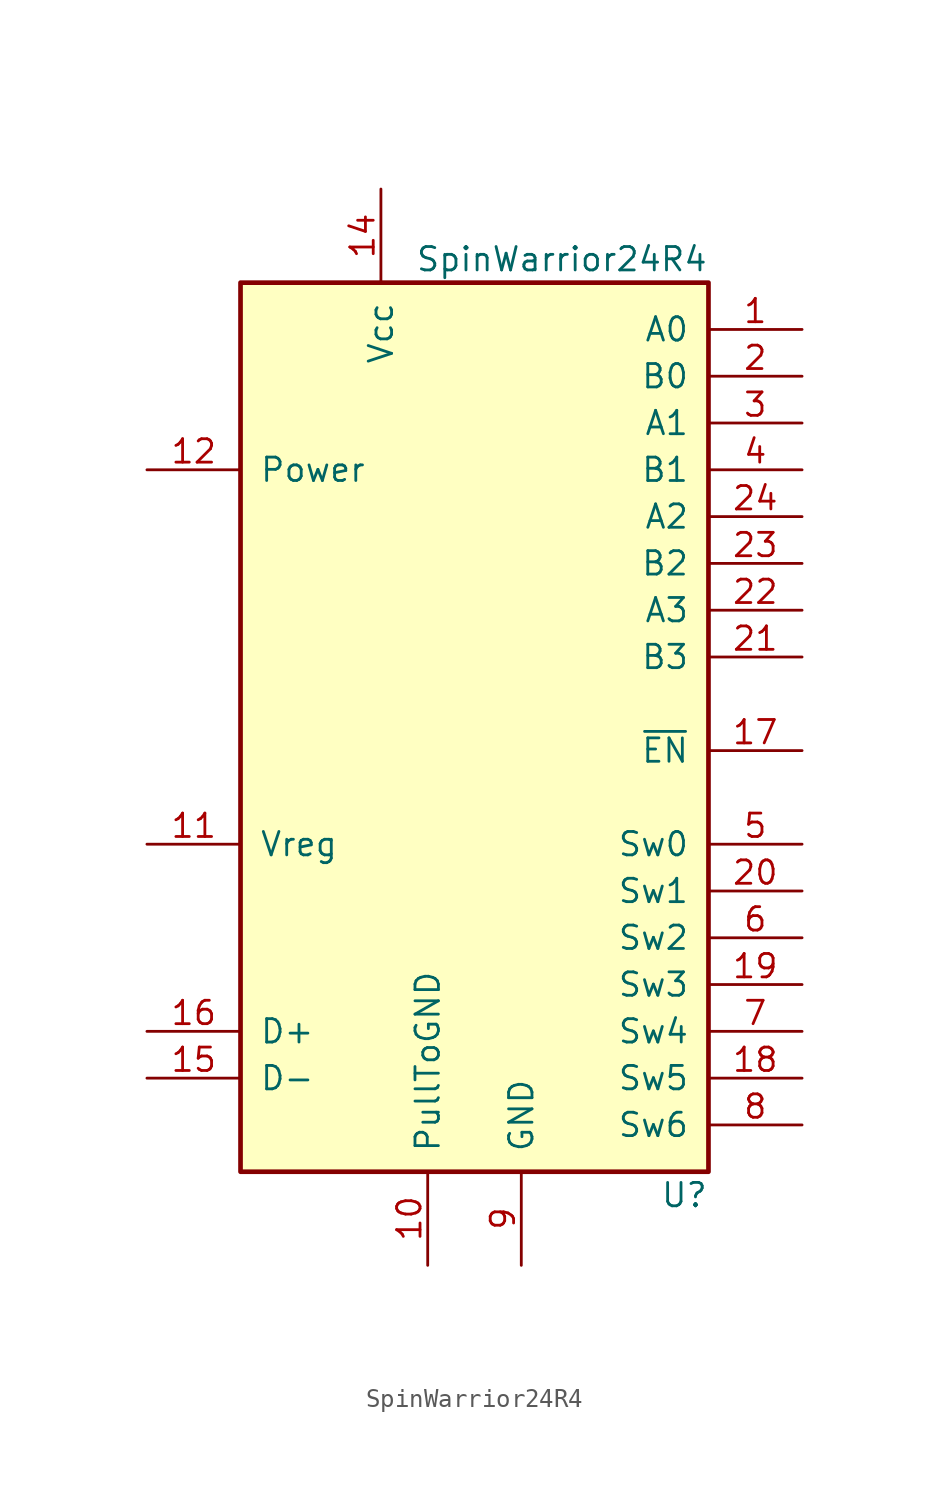
<source format=kicad_sym>
(kicad_symbol_lib
  (version 20201005)
  (generator kicad_symbol_editor)
  (symbol "SpinWarrior24R4"
    (pin_names
      (offset 1.016))
    (property "Reference" "U"
      (at 12.7 -24.13 0)
      (effects (font (size 1.27 1.27)) (justify right)))
    (property "Value" "SpinWarrior24R4"
      (at 12.7 26.67 0)
      (effects (font (size 1.27 1.27)) (justify right)))
    (symbol "SpinWarrior24R4_1_1"
      (rectangle (start -12.7 25.4) (end 12.7 -22.86) (stroke (width 0.254)) (fill (type background)))
      (pin input line (at 17.78 22.86 180) (length 5.08) (name "A0" (effects (font (size 1.27 1.27)))) (number "1" (effects (font (size 1.27 1.27)))))
      (pin input line (at 17.78 20.32 180) (length 5.08) (name "B0" (effects (font (size 1.27 1.27)))) (number "2" (effects (font (size 1.27 1.27)))))
      (pin input line (at 17.78 17.78 180) (length 5.08) (name "A1" (effects (font (size 1.27 1.27)))) (number "3" (effects (font (size 1.27 1.27)))))
      (pin input line (at 17.78 15.24 180) (length 5.08) (name "B1" (effects (font (size 1.27 1.27)))) (number "4" (effects (font (size 1.27 1.27)))))
      (pin input line (at 17.78 -5.08 180) (length 5.08) (name "Sw0" (effects (font (size 1.27 1.27)))) (number "5" (effects (font (size 1.27 1.27)))))
      (pin input line (at 17.78 -10.16 180) (length 5.08) (name "Sw2" (effects (font (size 1.27 1.27)))) (number "6" (effects (font (size 1.27 1.27)))))
      (pin input line (at 17.78 -15.24 180) (length 5.08) (name "Sw4" (effects (font (size 1.27 1.27)))) (number "7" (effects (font (size 1.27 1.27)))))
      (pin input line (at 17.78 -20.32 180) (length 5.08) (name "Sw6" (effects (font (size 1.27 1.27)))) (number "8" (effects (font (size 1.27 1.27)))))
      (pin power_in line (at 2.54 -27.94 90) (length 5.08) (name "GND" (effects (font (size 1.27 1.27)))) (number "9" (effects (font (size 1.27 1.27)))))
      (pin input line (at -2.54 -27.94 90) (length 5.08) (name "PullToGND" (effects (font (size 1.27 1.27)))) (number "10" (effects (font (size 1.27 1.27)))))
      (pin input line (at 17.78 -7.62 180) (length 5.08) (name "Sw1" (effects (font (size 1.27 1.27)))) (number "20" (effects (font (size 1.27 1.27)))))
      (pin power_out line (at -17.78 -5.08 0) (length 5.08) (name "Vreg" (effects (font (size 1.27 1.27)))) (number "11" (effects (font (size 1.27 1.27)))))
      (pin input line (at 17.78 5.08 180) (length 5.08) (name "B3" (effects (font (size 1.27 1.27)))) (number "21" (effects (font (size 1.27 1.27)))))
      (pin input line (at -17.78 15.24 0) (length 5.08) (name "Power" (effects (font (size 1.27 1.27)))) (number "12" (effects (font (size 1.27 1.27)))))
      (pin input line (at 17.78 7.62 180) (length 5.08) (name "A3" (effects (font (size 1.27 1.27)))) (number "22" (effects (font (size 1.27 1.27)))))
      (pin no_connect line (at -17.78 22.86 0) (length 5.08) hide (name "NC" (effects (font (size 1.27 1.27)))) (number "13" (effects (font (size 1.27 1.27)))))
      (pin input line (at 17.78 10.16 180) (length 5.08) (name "B2" (effects (font (size 1.27 1.27)))) (number "23" (effects (font (size 1.27 1.27)))))
      (pin power_in line (at -5.08 30.48 270) (length 5.08) (name "Vcc" (effects (font (size 1.27 1.27)))) (number "14" (effects (font (size 1.27 1.27)))))
      (pin input line (at 17.78 12.7 180) (length 5.08) (name "A2" (effects (font (size 1.27 1.27)))) (number "24" (effects (font (size 1.27 1.27)))))
      (pin bidirectional line (at -17.78 -17.78 0) (length 5.08) (name "D-" (effects (font (size 1.27 1.27)))) (number "15" (effects (font (size 1.27 1.27)))))
      (pin bidirectional line (at -17.78 -15.24 0) (length 5.08) (name "D+" (effects (font (size 1.27 1.27)))) (number "16" (effects (font (size 1.27 1.27)))))
      (pin open_collector line (at 17.78 0 180) (length 5.08) (name "~EN" (effects (font (size 1.27 1.27)))) (number "17" (effects (font (size 1.27 1.27)))))
      (pin input line (at 17.78 -17.78 180) (length 5.08) (name "Sw5" (effects (font (size 1.27 1.27)))) (number "18" (effects (font (size 1.27 1.27)))))
      (pin input line (at 17.78 -12.7 180) (length 5.08) (name "Sw3" (effects (font (size 1.27 1.27)))) (number "19" (effects (font (size 1.27 1.27))))))))
</source>
